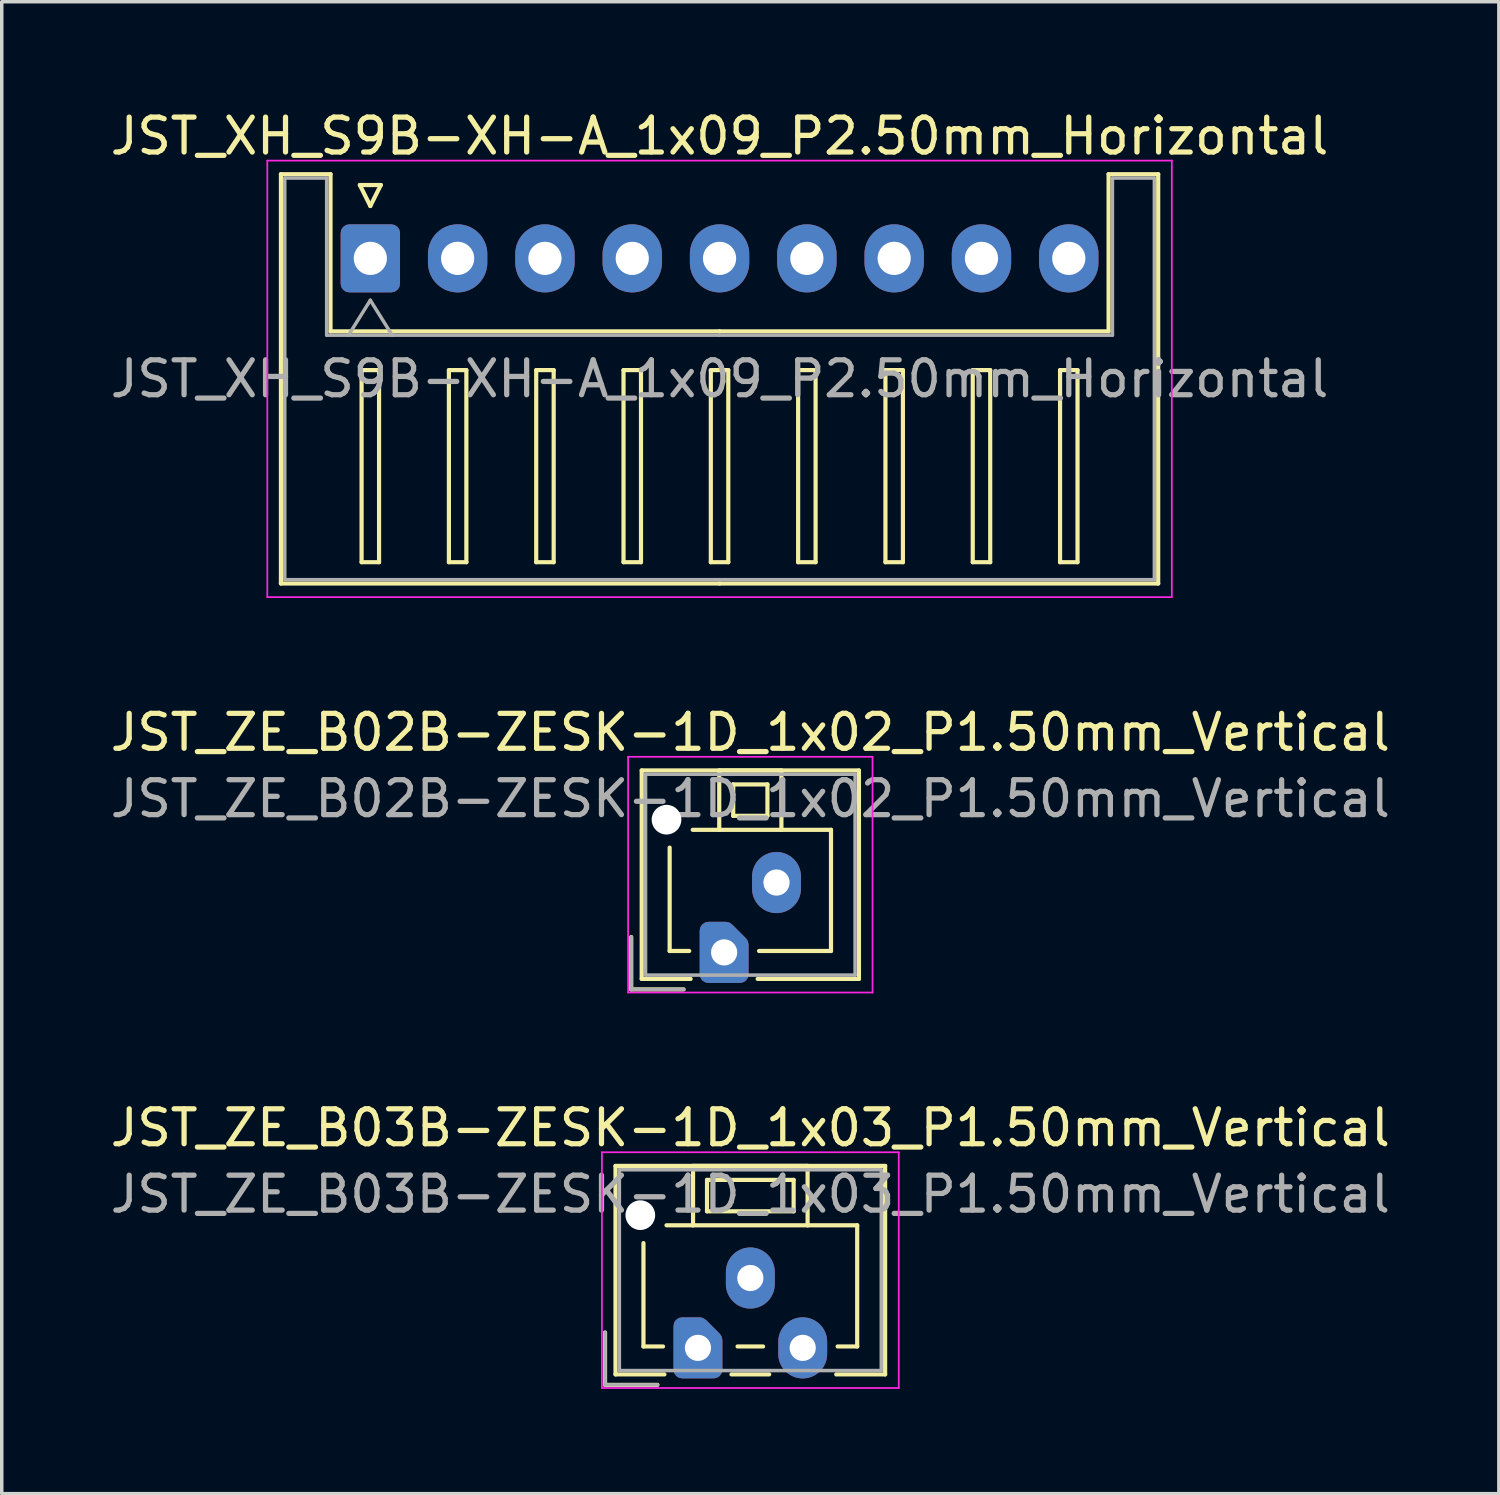
<source format=kicad_pcb>
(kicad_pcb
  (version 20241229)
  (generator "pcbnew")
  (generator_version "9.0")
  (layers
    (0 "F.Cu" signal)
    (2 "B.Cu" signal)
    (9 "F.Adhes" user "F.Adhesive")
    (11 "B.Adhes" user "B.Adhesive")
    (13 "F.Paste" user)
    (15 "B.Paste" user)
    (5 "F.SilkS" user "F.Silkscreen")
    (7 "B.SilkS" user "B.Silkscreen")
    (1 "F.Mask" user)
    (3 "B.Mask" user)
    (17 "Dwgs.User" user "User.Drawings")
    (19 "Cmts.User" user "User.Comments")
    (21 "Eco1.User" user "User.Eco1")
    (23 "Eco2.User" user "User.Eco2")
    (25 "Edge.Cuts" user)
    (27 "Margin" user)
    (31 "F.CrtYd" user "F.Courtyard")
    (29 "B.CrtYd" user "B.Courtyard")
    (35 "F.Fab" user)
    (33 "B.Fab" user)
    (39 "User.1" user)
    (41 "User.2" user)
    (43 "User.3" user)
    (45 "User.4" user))
  (footprint "JST_ZE_B02B-ZESK-1D_1x02_P1.50mm_Vertical"
    (layer "F.Cu")
    (at 17.685 24.221)
    (property "Reference" "JST_ZE_B02B-ZESK-1D_1x02_P1.50mm_Vertical" (at 0.75 -6.3 0) (layer "F.SilkS") (effects (font (size 1 1) (thickness 0.15))))
    (attr through_hole)
    (fp_line (start -2.66 -0.44) (end -2.66 1.06) (stroke (width 0.12) (type solid)) (layer "F.SilkS"))
    (fp_line (start -2.66 1.06) (end -1.16 1.06) (stroke (width 0.12) (type solid)) (layer "F.SilkS"))
    (fp_line (start -2.36 -5.21) (end 3.86 -5.21) (stroke (width 0.12) (type solid)) (layer "F.SilkS"))
    (fp_line (start -2.36 0.76) (end -2.36 -5.21) (stroke (width 0.12) (type solid)) (layer "F.SilkS"))
    (fp_line (start -1.56 -3) (end -1.56 -0.04) (stroke (width 0.12) (type solid)) (layer "F.SilkS"))
    (fp_line (start -1.56 -0.04) (end -1 -0.04) (stroke (width 0.12) (type solid)) (layer "F.SilkS"))
    (fp_line (start -0.96 0.76) (end -2.36 0.76) (stroke (width 0.12) (type solid)) (layer "F.SilkS"))
    (fp_line (start -0.14 -5.21) (end -0.14 -3.51) (stroke (width 0.12) (type solid)) (layer "F.SilkS"))
    (fp_line (start -0.14 -3.51) (end -0.9 -3.51) (stroke (width 0.12) (type solid)) (layer "F.SilkS"))
    (fp_line (start -0.14 -3.51) (end 1.64 -3.51) (stroke (width 0.12) (type solid)) (layer "F.SilkS"))
    (fp_line (start 0.26 -4.81) (end 0.26 -3.91) (stroke (width 0.12) (type solid)) (layer "F.SilkS"))
    (fp_line (start 0.26 -3.91) (end 1.24 -3.91) (stroke (width 0.12) (type solid)) (layer "F.SilkS"))
    (fp_line (start 1.24 -4.81) (end 0.26 -4.81) (stroke (width 0.12) (type solid)) (layer "F.SilkS"))
    (fp_line (start 1.24 -3.91) (end 1.24 -4.81) (stroke (width 0.12) (type solid)) (layer "F.SilkS"))
    (fp_line (start 1.64 -5.21) (end -0.14 -5.21) (stroke (width 0.12) (type solid)) (layer "F.SilkS"))
    (fp_line (start 1.64 -3.51) (end 1.64 -5.21) (stroke (width 0.12) (type solid)) (layer "F.SilkS"))
    (fp_line (start 1.64 -3.51) (end 3.06 -3.51) (stroke (width 0.12) (type solid)) (layer "F.SilkS"))
    (fp_line (start 3.06 -3.51) (end 3.06 -0.04) (stroke (width 0.12) (type solid)) (layer "F.SilkS"))
    (fp_line (start 3.06 -0.04) (end 1 -0.04) (stroke (width 0.12) (type solid)) (layer "F.SilkS"))
    (fp_line (start 3.86 -5.21) (end 3.86 0.76) (stroke (width 0.12) (type solid)) (layer "F.SilkS"))
    (fp_line (start 3.86 0.76) (end 0.96 0.76) (stroke (width 0.12) (type solid)) (layer "F.SilkS"))
    (fp_line (start -2.75 -5.6) (end -2.75 1.15) (stroke (width 0.05) (type solid)) (layer "F.CrtYd"))
    (fp_line (start -2.75 1.15) (end 4.25 1.15) (stroke (width 0.05) (type solid)) (layer "F.CrtYd"))
    (fp_line (start 4.25 -5.6) (end -2.75 -5.6) (stroke (width 0.05) (type solid)) (layer "F.CrtYd"))
    (fp_line (start 4.25 1.15) (end 4.25 -5.6) (stroke (width 0.05) (type solid)) (layer "F.CrtYd"))
    (fp_line (start -2.66 -0.44) (end -2.66 1.06) (stroke (width 0.1) (type solid)) (layer "F.Fab"))
    (fp_line (start -2.66 1.06) (end -1.16 1.06) (stroke (width 0.1) (type solid)) (layer "F.Fab"))
    (fp_line (start -2.25 -5.1) (end -2.25 0.65) (stroke (width 0.1) (type solid)) (layer "F.Fab"))
    (fp_line (start -2.25 0.65) (end 3.75 0.65) (stroke (width 0.1) (type solid)) (layer "F.Fab"))
    (fp_line (start 3.75 -5.1) (end -2.25 -5.1) (stroke (width 0.1) (type solid)) (layer "F.Fab"))
    (fp_line (start 3.75 0.65) (end 3.75 -5.1) (stroke (width 0.1) (type solid)) (layer "F.Fab"))
    (fp_text user "${REFERENCE}" (at 0.75 -4.4 0) (layer "F.Fab") (effects (font (size 1 1) (thickness 0.15))))
    (pad "" np_thru_hole circle (at -1.65 -3.8) (size 0.85 0.85) (drill 0.85) (layers "*.Cu" "*.Mask"))
    (pad "1" thru_hole custom (at 0 0) (size 1.117 1.117) (drill 0.75) (layers "*.Cu" "*.Mask") (options (anchor circle)) (primitives (gr_poly (pts (xy -0.45 -0.625) (xy 0.05 -0.625) (xy 0.45 -0.225) (xy 0.45 0.625) (xy -0.45 0.625)) (width 0.5) (fill yes))))
    (pad "2" thru_hole oval (at 1.5 -2) (size 1.4 1.75) (drill 0.75) (layers "*.Cu" "*.Mask")))
  (footprint "JST_XH_S9B-XH-A_1x09_P2.50mm_Horizontal"
    (layer "F.Cu")
    (at 7.554 4.348)
    (property "Reference" "JST_XH_S9B-XH-A_1x09_P2.50mm_Horizontal" (at 10 -3.5 0) (layer "F.SilkS") (effects (font (size 1 1) (thickness 0.15))))
    (attr through_hole)
    (fp_line (start -2.56 -2.41) (end -1.14 -2.41) (stroke (width 0.12) (type solid)) (layer "F.SilkS"))
    (fp_line (start -2.56 9.31) (end -2.56 -2.41) (stroke (width 0.12) (type solid)) (layer "F.SilkS"))
    (fp_line (start -1.14 -2.41) (end -1.14 2.09) (stroke (width 0.12) (type solid)) (layer "F.SilkS"))
    (fp_line (start -1.14 2.09) (end 10 2.09) (stroke (width 0.12) (type solid)) (layer "F.SilkS"))
    (fp_line (start -0.3 -2.1) (end 0.3 -2.1) (stroke (width 0.12) (type solid)) (layer "F.SilkS"))
    (fp_line (start -0.25 3.2) (end -0.25 8.7) (stroke (width 0.12) (type solid)) (layer "F.SilkS"))
    (fp_line (start -0.25 8.7) (end 0.25 8.7) (stroke (width 0.12) (type solid)) (layer "F.SilkS"))
    (fp_line (start 0 -1.5) (end -0.3 -2.1) (stroke (width 0.12) (type solid)) (layer "F.SilkS"))
    (fp_line (start 0.25 3.2) (end -0.25 3.2) (stroke (width 0.12) (type solid)) (layer "F.SilkS"))
    (fp_line (start 0.25 8.7) (end 0.25 3.2) (stroke (width 0.12) (type solid)) (layer "F.SilkS"))
    (fp_line (start 0.3 -2.1) (end 0 -1.5) (stroke (width 0.12) (type solid)) (layer "F.SilkS"))
    (fp_line (start 2.25 3.2) (end 2.25 8.7) (stroke (width 0.12) (type solid)) (layer "F.SilkS"))
    (fp_line (start 2.25 8.7) (end 2.75 8.7) (stroke (width 0.12) (type solid)) (layer "F.SilkS"))
    (fp_line (start 2.75 3.2) (end 2.25 3.2) (stroke (width 0.12) (type solid)) (layer "F.SilkS"))
    (fp_line (start 2.75 8.7) (end 2.75 3.2) (stroke (width 0.12) (type solid)) (layer "F.SilkS"))
    (fp_line (start 4.75 3.2) (end 4.75 8.7) (stroke (width 0.12) (type solid)) (layer "F.SilkS"))
    (fp_line (start 4.75 8.7) (end 5.25 8.7) (stroke (width 0.12) (type solid)) (layer "F.SilkS"))
    (fp_line (start 5.25 3.2) (end 4.75 3.2) (stroke (width 0.12) (type solid)) (layer "F.SilkS"))
    (fp_line (start 5.25 8.7) (end 5.25 3.2) (stroke (width 0.12) (type solid)) (layer "F.SilkS"))
    (fp_line (start 7.25 3.2) (end 7.25 8.7) (stroke (width 0.12) (type solid)) (layer "F.SilkS"))
    (fp_line (start 7.25 8.7) (end 7.75 8.7) (stroke (width 0.12) (type solid)) (layer "F.SilkS"))
    (fp_line (start 7.75 3.2) (end 7.25 3.2) (stroke (width 0.12) (type solid)) (layer "F.SilkS"))
    (fp_line (start 7.75 8.7) (end 7.75 3.2) (stroke (width 0.12) (type solid)) (layer "F.SilkS"))
    (fp_line (start 9.75 3.2) (end 9.75 8.7) (stroke (width 0.12) (type solid)) (layer "F.SilkS"))
    (fp_line (start 9.75 8.7) (end 10.25 8.7) (stroke (width 0.12) (type solid)) (layer "F.SilkS"))
    (fp_line (start 10 9.31) (end -2.56 9.31) (stroke (width 0.12) (type solid)) (layer "F.SilkS"))
    (fp_line (start 10 9.31) (end 22.56 9.31) (stroke (width 0.12) (type solid)) (layer "F.SilkS"))
    (fp_line (start 10.25 3.2) (end 9.75 3.2) (stroke (width 0.12) (type solid)) (layer "F.SilkS"))
    (fp_line (start 10.25 8.7) (end 10.25 3.2) (stroke (width 0.12) (type solid)) (layer "F.SilkS"))
    (fp_line (start 12.25 3.2) (end 12.25 8.7) (stroke (width 0.12) (type solid)) (layer "F.SilkS"))
    (fp_line (start 12.25 8.7) (end 12.75 8.7) (stroke (width 0.12) (type solid)) (layer "F.SilkS"))
    (fp_line (start 12.75 3.2) (end 12.25 3.2) (stroke (width 0.12) (type solid)) (layer "F.SilkS"))
    (fp_line (start 12.75 8.7) (end 12.75 3.2) (stroke (width 0.12) (type solid)) (layer "F.SilkS"))
    (fp_line (start 14.75 3.2) (end 14.75 8.7) (stroke (width 0.12) (type solid)) (layer "F.SilkS"))
    (fp_line (start 14.75 8.7) (end 15.25 8.7) (stroke (width 0.12) (type solid)) (layer "F.SilkS"))
    (fp_line (start 15.25 3.2) (end 14.75 3.2) (stroke (width 0.12) (type solid)) (layer "F.SilkS"))
    (fp_line (start 15.25 8.7) (end 15.25 3.2) (stroke (width 0.12) (type solid)) (layer "F.SilkS"))
    (fp_line (start 17.25 3.2) (end 17.25 8.7) (stroke (width 0.12) (type solid)) (layer "F.SilkS"))
    (fp_line (start 17.25 8.7) (end 17.75 8.7) (stroke (width 0.12) (type solid)) (layer "F.SilkS"))
    (fp_line (start 17.75 3.2) (end 17.25 3.2) (stroke (width 0.12) (type solid)) (layer "F.SilkS"))
    (fp_line (start 17.75 8.7) (end 17.75 3.2) (stroke (width 0.12) (type solid)) (layer "F.SilkS"))
    (fp_line (start 19.75 3.2) (end 19.75 8.7) (stroke (width 0.12) (type solid)) (layer "F.SilkS"))
    (fp_line (start 19.75 8.7) (end 20.25 8.7) (stroke (width 0.12) (type solid)) (layer "F.SilkS"))
    (fp_line (start 20.25 3.2) (end 19.75 3.2) (stroke (width 0.12) (type solid)) (layer "F.SilkS"))
    (fp_line (start 20.25 8.7) (end 20.25 3.2) (stroke (width 0.12) (type solid)) (layer "F.SilkS"))
    (fp_line (start 21.14 -2.41) (end 21.14 2.09) (stroke (width 0.12) (type solid)) (layer "F.SilkS"))
    (fp_line (start 21.14 2.09) (end 10 2.09) (stroke (width 0.12) (type solid)) (layer "F.SilkS"))
    (fp_line (start 22.56 -2.41) (end 21.14 -2.41) (stroke (width 0.12) (type solid)) (layer "F.SilkS"))
    (fp_line (start 22.56 9.31) (end 22.56 -2.41) (stroke (width 0.12) (type solid)) (layer "F.SilkS"))
    (fp_line (start -2.95 -2.8) (end -2.95 9.7) (stroke (width 0.05) (type solid)) (layer "F.CrtYd"))
    (fp_line (start -2.95 9.7) (end 22.95 9.7) (stroke (width 0.05) (type solid)) (layer "F.CrtYd"))
    (fp_line (start 22.95 -2.8) (end -2.95 -2.8) (stroke (width 0.05) (type solid)) (layer "F.CrtYd"))
    (fp_line (start 22.95 9.7) (end 22.95 -2.8) (stroke (width 0.05) (type solid)) (layer "F.CrtYd"))
    (fp_line (start -2.45 -2.3) (end -1.25 -2.3) (stroke (width 0.1) (type solid)) (layer "F.Fab"))
    (fp_line (start -2.45 9.2) (end -2.45 -2.3) (stroke (width 0.1) (type solid)) (layer "F.Fab"))
    (fp_line (start -1.25 -2.3) (end -1.25 2.2) (stroke (width 0.1) (type solid)) (layer "F.Fab"))
    (fp_line (start -1.25 2.2) (end 10 2.2) (stroke (width 0.1) (type solid)) (layer "F.Fab"))
    (fp_line (start -0.625 2.2) (end 0 1.2) (stroke (width 0.1) (type solid)) (layer "F.Fab"))
    (fp_line (start 0 1.2) (end 0.625 2.2) (stroke (width 0.1) (type solid)) (layer "F.Fab"))
    (fp_line (start 10 9.2) (end -2.45 9.2) (stroke (width 0.1) (type solid)) (layer "F.Fab"))
    (fp_line (start 10 9.2) (end 22.45 9.2) (stroke (width 0.1) (type solid)) (layer "F.Fab"))
    (fp_line (start 21.25 -2.3) (end 21.25 2.2) (stroke (width 0.1) (type solid)) (layer "F.Fab"))
    (fp_line (start 21.25 2.2) (end 10 2.2) (stroke (width 0.1) (type solid)) (layer "F.Fab"))
    (fp_line (start 22.45 -2.3) (end 21.25 -2.3) (stroke (width 0.1) (type solid)) (layer "F.Fab"))
    (fp_line (start 22.45 9.2) (end 22.45 -2.3) (stroke (width 0.1) (type solid)) (layer "F.Fab"))
    (fp_text user "${REFERENCE}" (at 10 3.45 0) (layer "F.Fab") (effects (font (size 1 1) (thickness 0.15))))
    (pad "1" thru_hole roundrect (at 0 0) (size 1.7 1.95) (drill 0.95) (layers "*.Cu" "*.Mask") (roundrect_rratio 0.147))
    (pad "2" thru_hole oval (at 2.5 0) (size 1.7 1.95) (drill 0.95) (layers "*.Cu" "*.Mask"))
    (pad "3" thru_hole oval (at 5 0) (size 1.7 1.95) (drill 0.95) (layers "*.Cu" "*.Mask"))
    (pad "4" thru_hole oval (at 7.5 0) (size 1.7 1.95) (drill 0.95) (layers "*.Cu" "*.Mask"))
    (pad "5" thru_hole oval (at 10 0) (size 1.7 1.95) (drill 0.95) (layers "*.Cu" "*.Mask"))
    (pad "6" thru_hole oval (at 12.5 0) (size 1.7 1.95) (drill 0.95) (layers "*.Cu" "*.Mask"))
    (pad "7" thru_hole oval (at 15 0) (size 1.7 1.95) (drill 0.95) (layers "*.Cu" "*.Mask"))
    (pad "8" thru_hole oval (at 17.5 0) (size 1.7 1.95) (drill 0.95) (layers "*.Cu" "*.Mask"))
    (pad "9" thru_hole oval (at 20 0) (size 1.7 1.95) (drill 0.95) (layers "*.Cu" "*.Mask")))
  (footprint "JST_ZE_B03B-ZESK-1D_1x03_P1.50mm_Vertical"
    (layer "F.Cu")
    (at 16.935 35.545)
    (property "Reference" "JST_ZE_B03B-ZESK-1D_1x03_P1.50mm_Vertical" (at 1.5 -6.3 0) (layer "F.SilkS") (effects (font (size 1 1) (thickness 0.15))))
    (attr through_hole)
    (fp_line (start -2.66 -0.44) (end -2.66 1.06) (stroke (width 0.12) (type solid)) (layer "F.SilkS"))
    (fp_line (start -2.66 1.06) (end -1.16 1.06) (stroke (width 0.12) (type solid)) (layer "F.SilkS"))
    (fp_line (start -2.36 -5.21) (end 5.36 -5.21) (stroke (width 0.12) (type solid)) (layer "F.SilkS"))
    (fp_line (start -2.36 0.76) (end -2.36 -5.21) (stroke (width 0.12) (type solid)) (layer "F.SilkS"))
    (fp_line (start -1.56 -3) (end -1.56 -0.04) (stroke (width 0.12) (type solid)) (layer "F.SilkS"))
    (fp_line (start -1.56 -0.04) (end -1 -0.04) (stroke (width 0.12) (type solid)) (layer "F.SilkS"))
    (fp_line (start -0.96 0.76) (end -2.36 0.76) (stroke (width 0.12) (type solid)) (layer "F.SilkS"))
    (fp_line (start -0.14 -5.21) (end -0.14 -3.51) (stroke (width 0.12) (type solid)) (layer "F.SilkS"))
    (fp_line (start -0.14 -3.51) (end -0.9 -3.51) (stroke (width 0.12) (type solid)) (layer "F.SilkS"))
    (fp_line (start -0.14 -3.51) (end 3.14 -3.51) (stroke (width 0.12) (type solid)) (layer "F.SilkS"))
    (fp_line (start 0.26 -4.81) (end 0.26 -3.91) (stroke (width 0.12) (type solid)) (layer "F.SilkS"))
    (fp_line (start 0.26 -3.91) (end 2.74 -3.91) (stroke (width 0.12) (type solid)) (layer "F.SilkS"))
    (fp_line (start 0.96 0.76) (end 2.04 0.76) (stroke (width 0.12) (type solid)) (layer "F.SilkS"))
    (fp_line (start 1.135 -0.04) (end 1.865 -0.04) (stroke (width 0.12) (type solid)) (layer "F.SilkS"))
    (fp_line (start 2.74 -4.81) (end 0.26 -4.81) (stroke (width 0.12) (type solid)) (layer "F.SilkS"))
    (fp_line (start 2.74 -3.91) (end 2.74 -4.81) (stroke (width 0.12) (type solid)) (layer "F.SilkS"))
    (fp_line (start 3.14 -5.21) (end -0.14 -5.21) (stroke (width 0.12) (type solid)) (layer "F.SilkS"))
    (fp_line (start 3.14 -3.51) (end 3.14 -5.21) (stroke (width 0.12) (type solid)) (layer "F.SilkS"))
    (fp_line (start 3.14 -3.51) (end 4.56 -3.51) (stroke (width 0.12) (type solid)) (layer "F.SilkS"))
    (fp_line (start 4.56 -3.51) (end 4.56 -0.04) (stroke (width 0.12) (type solid)) (layer "F.SilkS"))
    (fp_line (start 4.56 -0.04) (end 4 -0.04) (stroke (width 0.12) (type solid)) (layer "F.SilkS"))
    (fp_line (start 5.36 -5.21) (end 5.36 0.76) (stroke (width 0.12) (type solid)) (layer "F.SilkS"))
    (fp_line (start 5.36 0.76) (end 3.96 0.76) (stroke (width 0.12) (type solid)) (layer "F.SilkS"))
    (fp_line (start -2.75 -5.6) (end -2.75 1.15) (stroke (width 0.05) (type solid)) (layer "F.CrtYd"))
    (fp_line (start -2.75 1.15) (end 5.75 1.15) (stroke (width 0.05) (type solid)) (layer "F.CrtYd"))
    (fp_line (start 5.75 -5.6) (end -2.75 -5.6) (stroke (width 0.05) (type solid)) (layer "F.CrtYd"))
    (fp_line (start 5.75 1.15) (end 5.75 -5.6) (stroke (width 0.05) (type solid)) (layer "F.CrtYd"))
    (fp_line (start -2.66 -0.44) (end -2.66 1.06) (stroke (width 0.1) (type solid)) (layer "F.Fab"))
    (fp_line (start -2.66 1.06) (end -1.16 1.06) (stroke (width 0.1) (type solid)) (layer "F.Fab"))
    (fp_line (start -2.25 -5.1) (end -2.25 0.65) (stroke (width 0.1) (type solid)) (layer "F.Fab"))
    (fp_line (start -2.25 0.65) (end 5.25 0.65) (stroke (width 0.1) (type solid)) (layer "F.Fab"))
    (fp_line (start 5.25 -5.1) (end -2.25 -5.1) (stroke (width 0.1) (type solid)) (layer "F.Fab"))
    (fp_line (start 5.25 0.65) (end 5.25 -5.1) (stroke (width 0.1) (type solid)) (layer "F.Fab"))
    (fp_text user "${REFERENCE}" (at 1.5 -4.4 0) (layer "F.Fab") (effects (font (size 1 1) (thickness 0.15))))
    (pad "" np_thru_hole circle (at -1.65 -3.8) (size 0.85 0.85) (drill 0.85) (layers "*.Cu" "*.Mask"))
    (pad "1" thru_hole custom (at 0 0) (size 1.117 1.117) (drill 0.75) (layers "*.Cu" "*.Mask") (options (anchor circle)) (primitives (gr_poly (pts (xy -0.45 -0.625) (xy 0.05 -0.625) (xy 0.45 -0.225) (xy 0.45 0.625) (xy -0.45 0.625)) (width 0.5) (fill yes))))
    (pad "2" thru_hole oval (at 1.5 -2) (size 1.4 1.75) (drill 0.75) (layers "*.Cu" "*.Mask"))
    (pad "3" thru_hole oval (at 3 0) (size 1.4 1.75) (drill 0.75) (layers "*.Cu" "*.Mask")))
  (gr_rect
    (start -3 -3)
    (end 39.869 39.72)
    (stroke (width 0.1) (type default))
    (fill no)
    (layer "Edge.Cuts")))
</source>
